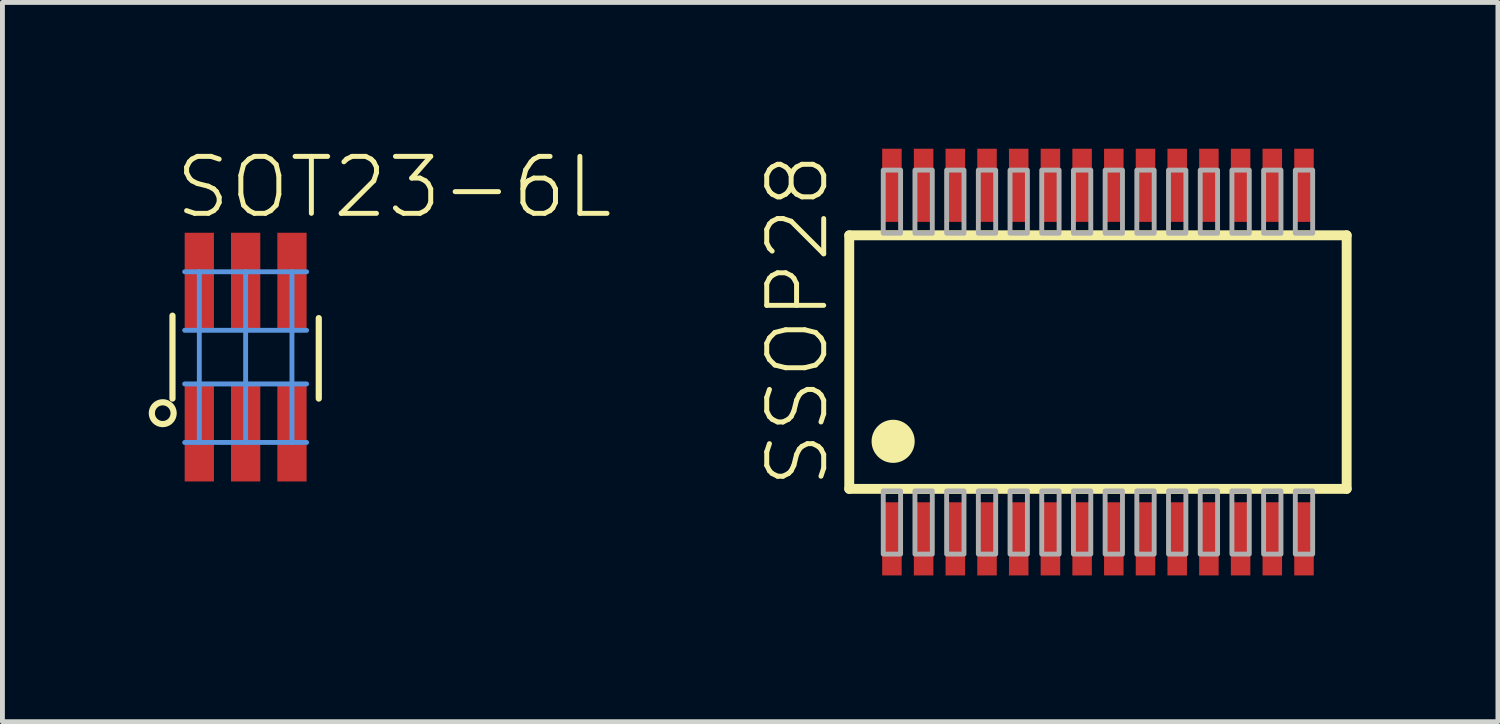
<source format=kicad_pcb>
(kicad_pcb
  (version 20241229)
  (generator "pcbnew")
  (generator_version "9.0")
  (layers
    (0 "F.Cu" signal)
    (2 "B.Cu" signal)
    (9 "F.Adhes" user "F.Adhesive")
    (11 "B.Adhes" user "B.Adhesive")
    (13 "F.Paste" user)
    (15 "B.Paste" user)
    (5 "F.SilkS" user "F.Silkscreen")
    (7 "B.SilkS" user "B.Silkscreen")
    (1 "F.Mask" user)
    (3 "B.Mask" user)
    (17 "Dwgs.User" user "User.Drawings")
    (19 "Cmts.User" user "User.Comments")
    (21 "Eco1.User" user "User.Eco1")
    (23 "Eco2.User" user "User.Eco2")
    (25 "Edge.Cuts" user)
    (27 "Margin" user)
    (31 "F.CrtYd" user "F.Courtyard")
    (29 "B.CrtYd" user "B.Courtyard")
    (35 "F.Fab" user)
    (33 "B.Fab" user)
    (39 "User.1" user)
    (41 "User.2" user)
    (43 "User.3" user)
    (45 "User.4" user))
  (footprint "SSOP28"
    (layer "F.Cu")
    (at 19.465 4.375)
    (property "Reference" "SSOP28" (at -5.476 2.63 90) (unlocked yes) (layer "F.SilkS") (effects (font (size 1.168 1.168) (thickness 0.102)) (justify left bottom)))
    (fp_line (start -5.1 -2.6) (end -5.1 2.6) (stroke (width 0.203) (type solid)) (layer "F.SilkS"))
    (fp_line (start -5.1 2.6) (end 5.1 2.6) (stroke (width 0.203) (type solid)) (layer "F.SilkS"))
    (fp_line (start 5.1 -2.6) (end -5.1 -2.6) (stroke (width 0.203) (type solid)) (layer "F.SilkS"))
    (fp_line (start 5.1 2.6) (end 5.1 -2.6) (stroke (width 0.203) (type solid)) (layer "F.SilkS"))
    (fp_circle (center -4.2 1.625) (end -3.979 1.625) (stroke (width 0.442) (type solid)) (fill yes) (layer "F.SilkS"))
    (fp_poly (pts (xy -4.403 -2.642) (xy -4.047 -2.642) (xy -4.047 -3.937) (xy -4.403 -3.937)) (stroke (width 0.1) (type default)) (fill no) (layer "F.Fab"))
    (fp_poly (pts (xy -4.403 3.937) (xy -4.047 3.937) (xy -4.047 2.642) (xy -4.403 2.642)) (stroke (width 0.1) (type default)) (fill no) (layer "F.Fab"))
    (fp_poly (pts (xy -3.753 -2.642) (xy -3.397 -2.642) (xy -3.397 -3.937) (xy -3.753 -3.937)) (stroke (width 0.1) (type default)) (fill no) (layer "F.Fab"))
    (fp_poly (pts (xy -3.753 3.937) (xy -3.397 3.937) (xy -3.397 2.642) (xy -3.753 2.642)) (stroke (width 0.1) (type default)) (fill no) (layer "F.Fab"))
    (fp_poly (pts (xy -3.103 -2.642) (xy -2.747 -2.642) (xy -2.747 -3.937) (xy -3.103 -3.937)) (stroke (width 0.1) (type default)) (fill no) (layer "F.Fab"))
    (fp_poly (pts (xy -3.103 3.937) (xy -2.747 3.937) (xy -2.747 2.642) (xy -3.103 2.642)) (stroke (width 0.1) (type default)) (fill no) (layer "F.Fab"))
    (fp_poly (pts (xy -2.453 -2.642) (xy -2.097 -2.642) (xy -2.097 -3.937) (xy -2.453 -3.937)) (stroke (width 0.1) (type default)) (fill no) (layer "F.Fab"))
    (fp_poly (pts (xy -2.453 3.937) (xy -2.097 3.937) (xy -2.097 2.642) (xy -2.453 2.642)) (stroke (width 0.1) (type default)) (fill no) (layer "F.Fab"))
    (fp_poly (pts (xy -1.803 -2.642) (xy -1.447 -2.642) (xy -1.447 -3.937) (xy -1.803 -3.937)) (stroke (width 0.1) (type default)) (fill no) (layer "F.Fab"))
    (fp_poly (pts (xy -1.803 3.937) (xy -1.447 3.937) (xy -1.447 2.642) (xy -1.803 2.642)) (stroke (width 0.1) (type default)) (fill no) (layer "F.Fab"))
    (fp_poly (pts (xy -1.153 -2.642) (xy -0.797 -2.642) (xy -0.797 -3.937) (xy -1.153 -3.937)) (stroke (width 0.1) (type default)) (fill no) (layer "F.Fab"))
    (fp_poly (pts (xy -1.153 3.937) (xy -0.797 3.937) (xy -0.797 2.642) (xy -1.153 2.642)) (stroke (width 0.1) (type default)) (fill no) (layer "F.Fab"))
    (fp_poly (pts (xy -0.503 -2.642) (xy -0.147 -2.642) (xy -0.147 -3.937) (xy -0.503 -3.937)) (stroke (width 0.1) (type default)) (fill no) (layer "F.Fab"))
    (fp_poly (pts (xy -0.503 3.937) (xy -0.147 3.937) (xy -0.147 2.642) (xy -0.503 2.642)) (stroke (width 0.1) (type default)) (fill no) (layer "F.Fab"))
    (fp_poly (pts (xy 0.147 -2.642) (xy 0.503 -2.642) (xy 0.503 -3.937) (xy 0.147 -3.937)) (stroke (width 0.1) (type default)) (fill no) (layer "F.Fab"))
    (fp_poly (pts (xy 0.147 3.937) (xy 0.503 3.937) (xy 0.503 2.642) (xy 0.147 2.642)) (stroke (width 0.1) (type default)) (fill no) (layer "F.Fab"))
    (fp_poly (pts (xy 0.797 -2.642) (xy 1.153 -2.642) (xy 1.153 -3.937) (xy 0.797 -3.937)) (stroke (width 0.1) (type default)) (fill no) (layer "F.Fab"))
    (fp_poly (pts (xy 0.797 3.937) (xy 1.153 3.937) (xy 1.153 2.642) (xy 0.797 2.642)) (stroke (width 0.1) (type default)) (fill no) (layer "F.Fab"))
    (fp_poly (pts (xy 1.447 -2.642) (xy 1.803 -2.642) (xy 1.803 -3.937) (xy 1.447 -3.937)) (stroke (width 0.1) (type default)) (fill no) (layer "F.Fab"))
    (fp_poly (pts (xy 1.447 3.937) (xy 1.803 3.937) (xy 1.803 2.642) (xy 1.447 2.642)) (stroke (width 0.1) (type default)) (fill no) (layer "F.Fab"))
    (fp_poly (pts (xy 2.097 -2.642) (xy 2.453 -2.642) (xy 2.453 -3.937) (xy 2.097 -3.937)) (stroke (width 0.1) (type default)) (fill no) (layer "F.Fab"))
    (fp_poly (pts (xy 2.097 3.937) (xy 2.453 3.937) (xy 2.453 2.642) (xy 2.097 2.642)) (stroke (width 0.1) (type default)) (fill no) (layer "F.Fab"))
    (fp_poly (pts (xy 2.747 -2.642) (xy 3.103 -2.642) (xy 3.103 -3.937) (xy 2.747 -3.937)) (stroke (width 0.1) (type default)) (fill no) (layer "F.Fab"))
    (fp_poly (pts (xy 2.747 3.937) (xy 3.103 3.937) (xy 3.103 2.642) (xy 2.747 2.642)) (stroke (width 0.1) (type default)) (fill no) (layer "F.Fab"))
    (fp_poly (pts (xy 3.397 -2.642) (xy 3.753 -2.642) (xy 3.753 -3.937) (xy 3.397 -3.937)) (stroke (width 0.1) (type default)) (fill no) (layer "F.Fab"))
    (fp_poly (pts (xy 3.397 3.937) (xy 3.753 3.937) (xy 3.753 2.642) (xy 3.397 2.642)) (stroke (width 0.1) (type default)) (fill no) (layer "F.Fab"))
    (fp_poly (pts (xy 4.047 -2.642) (xy 4.403 -2.642) (xy 4.403 -3.937) (xy 4.047 -3.937)) (stroke (width 0.1) (type default)) (fill no) (layer "F.Fab"))
    (fp_poly (pts (xy 4.047 3.937) (xy 4.403 3.937) (xy 4.403 2.642) (xy 4.047 2.642)) (stroke (width 0.1) (type default)) (fill no) (layer "F.Fab"))
    (pad "1" smd rect (at -4.225 3.625) (size 0.4 1.5) (layers "F.Cu" "F.Mask" "F.Paste"))
    (pad "2" smd rect (at -3.575 3.625) (size 0.4 1.5) (layers "F.Cu" "F.Mask" "F.Paste"))
    (pad "3" smd rect (at -2.925 3.625) (size 0.4 1.5) (layers "F.Cu" "F.Mask" "F.Paste"))
    (pad "4" smd rect (at -2.275 3.625) (size 0.4 1.5) (layers "F.Cu" "F.Mask" "F.Paste"))
    (pad "5" smd rect (at -1.625 3.625) (size 0.4 1.5) (layers "F.Cu" "F.Mask" "F.Paste"))
    (pad "6" smd rect (at -0.975 3.625) (size 0.4 1.5) (layers "F.Cu" "F.Mask" "F.Paste"))
    (pad "7" smd rect (at -0.325 3.625) (size 0.4 1.5) (layers "F.Cu" "F.Mask" "F.Paste"))
    (pad "8" smd rect (at 0.325 3.625) (size 0.4 1.5) (layers "F.Cu" "F.Mask" "F.Paste"))
    (pad "9" smd rect (at 0.975 3.625) (size 0.4 1.5) (layers "F.Cu" "F.Mask" "F.Paste"))
    (pad "10" smd rect (at 1.625 3.625) (size 0.4 1.5) (layers "F.Cu" "F.Mask" "F.Paste"))
    (pad "11" smd rect (at 2.275 3.625) (size 0.4 1.5) (layers "F.Cu" "F.Mask" "F.Paste"))
    (pad "12" smd rect (at 2.925 3.625) (size 0.4 1.5) (layers "F.Cu" "F.Mask" "F.Paste"))
    (pad "13" smd rect (at 3.575 3.625) (size 0.4 1.5) (layers "F.Cu" "F.Mask" "F.Paste"))
    (pad "14" smd rect (at 4.225 3.625) (size 0.4 1.5) (layers "F.Cu" "F.Mask" "F.Paste"))
    (pad "15" smd rect (at 4.225 -3.625) (size 0.4 1.5) (layers "F.Cu" "F.Mask" "F.Paste"))
    (pad "16" smd rect (at 3.575 -3.625) (size 0.4 1.5) (layers "F.Cu" "F.Mask" "F.Paste"))
    (pad "17" smd rect (at 2.925 -3.625) (size 0.4 1.5) (layers "F.Cu" "F.Mask" "F.Paste"))
    (pad "18" smd rect (at 2.275 -3.625) (size 0.4 1.5) (layers "F.Cu" "F.Mask" "F.Paste"))
    (pad "19" smd rect (at 1.625 -3.625) (size 0.4 1.5) (layers "F.Cu" "F.Mask" "F.Paste"))
    (pad "20" smd rect (at 0.975 -3.625) (size 0.4 1.5) (layers "F.Cu" "F.Mask" "F.Paste"))
    (pad "21" smd rect (at 0.325 -3.625) (size 0.4 1.5) (layers "F.Cu" "F.Mask" "F.Paste"))
    (pad "22" smd rect (at -0.325 -3.625) (size 0.4 1.5) (layers "F.Cu" "F.Mask" "F.Paste"))
    (pad "23" smd rect (at -0.975 -3.625) (size 0.4 1.5) (layers "F.Cu" "F.Mask" "F.Paste"))
    (pad "24" smd rect (at -1.625 -3.625) (size 0.4 1.5) (layers "F.Cu" "F.Mask" "F.Paste"))
    (pad "25" smd rect (at -2.275 -3.625) (size 0.4 1.5) (layers "F.Cu" "F.Mask" "F.Paste"))
    (pad "26" smd rect (at -2.925 -3.625) (size 0.4 1.5) (layers "F.Cu" "F.Mask" "F.Paste"))
    (pad "27" smd rect (at -3.575 -3.625) (size 0.4 1.5) (layers "F.Cu" "F.Mask" "F.Paste"))
    (pad "28" smd rect (at -4.225 -3.625) (size 0.4 1.5) (layers "F.Cu" "F.Mask" "F.Paste")))
  (footprint "SOT23-6L"
    (layer "F.Cu")
    (at 1.987 4.273)
    (property "Reference" "SOT23-6L" (at -1.5 -2.8 0) (unlocked yes) (layer "F.SilkS") (effects (font (size 1.168 1.168) (thickness 0.102)) (justify left bottom)))
    (fp_line (start -1.5 0.85) (end -1.5 -0.85) (stroke (width 0.127) (type solid)) (layer "F.SilkS"))
    (fp_line (start 1.5 0.85) (end 1.5 -0.8) (stroke (width 0.127) (type solid)) (layer "F.SilkS"))
    (fp_circle (center -1.7 1.15) (end -1.476 1.15) (stroke (width 0.127) (type solid)) (fill no) (layer "F.SilkS"))
    (fp_line (start -1.25 -1.75) (end -0.95 -1.75) (stroke (width 0.1) (type solid)) (layer "Cmts.User"))
    (fp_line (start -1.25 -0.55) (end 1.25 -0.55) (stroke (width 0.1) (type solid)) (layer "Cmts.User"))
    (fp_line (start -1.25 1.75) (end -0.95 1.75) (stroke (width 0.1) (type solid)) (layer "Cmts.User"))
    (fp_line (start -0.95 -1.75) (end 0 -1.75) (stroke (width 0.1) (type solid)) (layer "Cmts.User"))
    (fp_line (start -0.95 1.75) (end -0.95 -1.75) (stroke (width 0.1) (type solid)) (layer "Cmts.User"))
    (fp_line (start -0.95 1.75) (end 0 1.75) (stroke (width 0.1) (type solid)) (layer "Cmts.User"))
    (fp_line (start 0 -1.75) (end 0.95 -1.75) (stroke (width 0.1) (type solid)) (layer "Cmts.User"))
    (fp_line (start 0 1.75) (end 0 -1.75) (stroke (width 0.1) (type solid)) (layer "Cmts.User"))
    (fp_line (start 0 1.75) (end 0.95 1.75) (stroke (width 0.1) (type solid)) (layer "Cmts.User"))
    (fp_line (start 0.95 -1.75) (end 0.95 1.75) (stroke (width 0.1) (type solid)) (layer "Cmts.User"))
    (fp_line (start 0.95 -1.75) (end 1.25 -1.75) (stroke (width 0.1) (type solid)) (layer "Cmts.User"))
    (fp_line (start 0.95 1.75) (end 1.25 1.75) (stroke (width 0.1) (type solid)) (layer "Cmts.User"))
    (fp_line (start 1.25 0.55) (end -1.25 0.55) (stroke (width 0.1) (type solid)) (layer "Cmts.User"))
    (pad "P$1" smd rect (at -0.95 1.55 90) (size 2 0.6) (layers "F.Cu" "F.Mask" "F.Paste"))
    (pad "P$2" smd rect (at 0 1.55 90) (size 2 0.6) (layers "F.Cu" "F.Mask" "F.Paste"))
    (pad "P$3" smd rect (at 0.95 1.55 90) (size 2 0.6) (layers "F.Cu" "F.Mask" "F.Paste"))
    (pad "P$4" smd rect (at 0.95 -1.55 90) (size 2 0.6) (layers "F.Cu" "F.Mask" "F.Paste"))
    (pad "P$5" smd rect (at 0 -1.55 90) (size 2 0.6) (layers "F.Cu" "F.Mask" "F.Paste"))
    (pad "P$6" smd rect (at -0.95 -1.55 90) (size 2 0.6) (layers "F.Cu" "F.Mask" "F.Paste")))
  (gr_rect
    (start -3 -3)
    (end 27.667 11.75)
    (stroke (width 0.1) (type default))
    (fill no)
    (layer "Edge.Cuts")))
</source>
